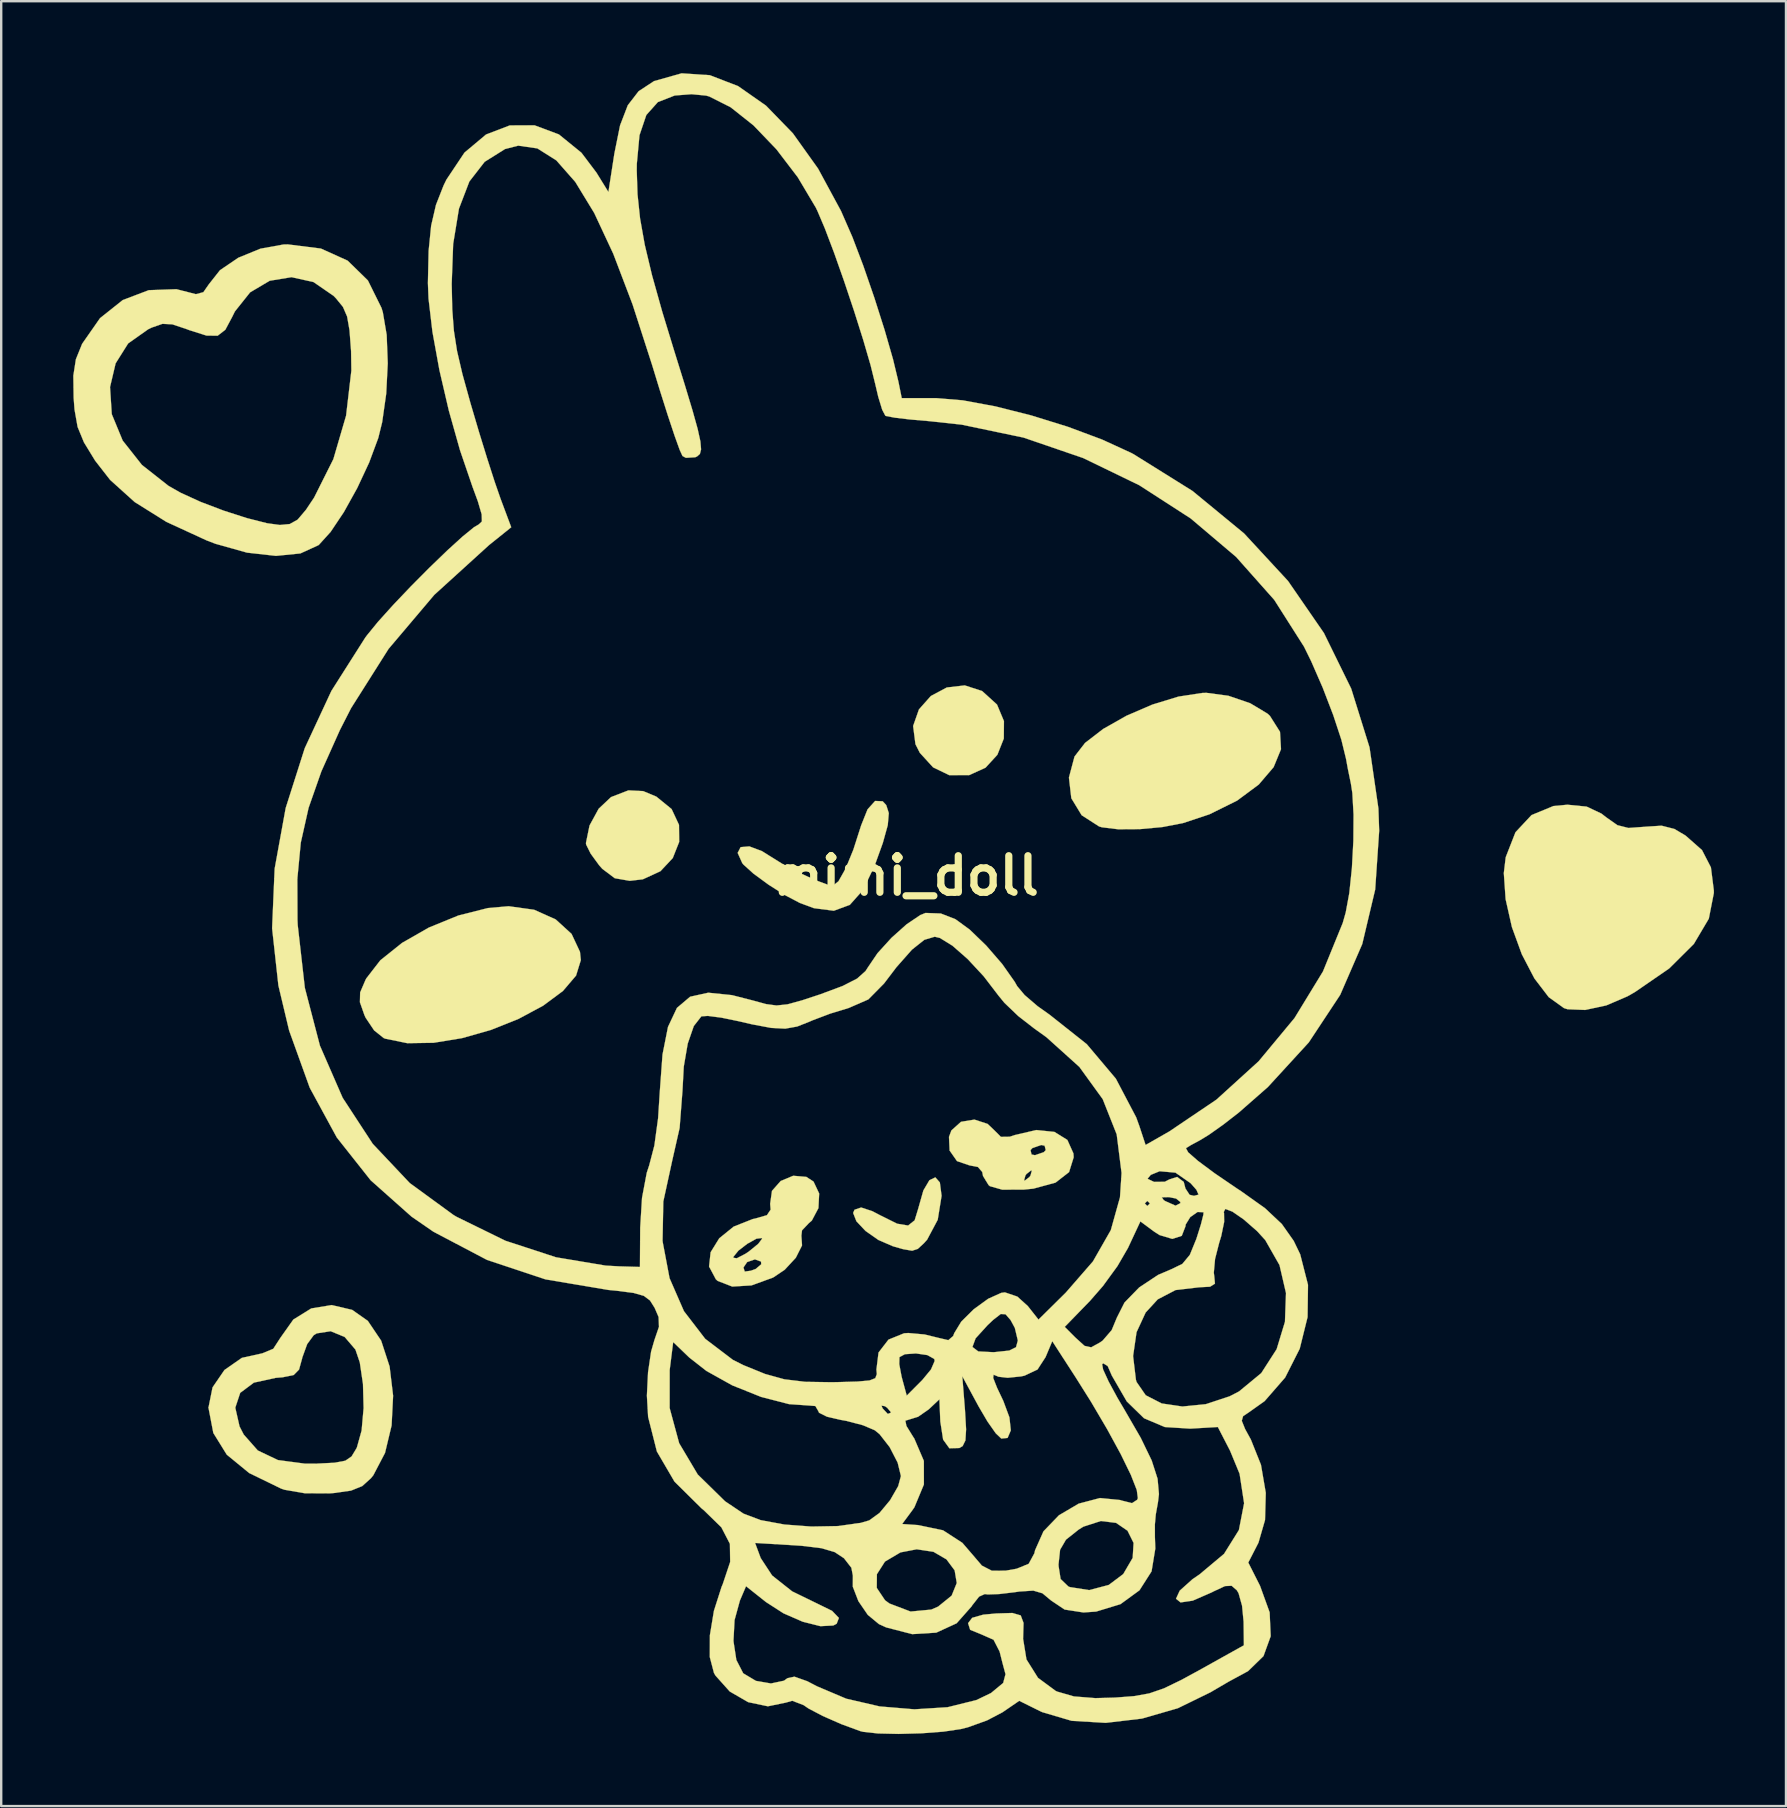
<source format=kicad_pcb>
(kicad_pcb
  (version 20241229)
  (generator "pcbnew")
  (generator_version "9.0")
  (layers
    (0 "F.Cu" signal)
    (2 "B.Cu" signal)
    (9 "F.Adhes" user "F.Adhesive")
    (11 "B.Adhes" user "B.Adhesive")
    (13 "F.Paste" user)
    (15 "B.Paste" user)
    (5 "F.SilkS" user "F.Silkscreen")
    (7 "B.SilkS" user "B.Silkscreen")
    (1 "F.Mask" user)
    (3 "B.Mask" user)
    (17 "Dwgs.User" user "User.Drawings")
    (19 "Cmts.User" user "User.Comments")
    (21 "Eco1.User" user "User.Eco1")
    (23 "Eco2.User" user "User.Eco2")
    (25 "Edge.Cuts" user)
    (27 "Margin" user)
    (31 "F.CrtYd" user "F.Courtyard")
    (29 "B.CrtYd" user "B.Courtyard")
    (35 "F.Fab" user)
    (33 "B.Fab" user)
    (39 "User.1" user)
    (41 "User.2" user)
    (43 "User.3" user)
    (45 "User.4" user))
  (footprint "mimi_doll"
    (layer "F.Cu")
    (at 34.695 33.434)
    (property "Reference" "mimi_doll" (at 0 0 0) (layer "F.SilkS") (effects (font (size 1.524 1.524) (thickness 0.3))))
    (attr through_hole)
    (fp_poly (pts (xy 3.171 -7.695) (xy 3.791 -7.132) (xy 4.08 -6.442) (xy 4.074 -5.715) (xy 3.806 -5.039) (xy 3.312 -4.501) (xy 2.626 -4.19) (xy 1.799 -4.191) (xy 1.128 -4.516) (xy 0.576 -5.12) (xy 0.393 -5.481) (xy 0.296 -6.239) (xy 0.539 -6.93) (xy 1.034 -7.488) (xy 1.699 -7.843) (xy 2.448 -7.93) (xy 3.171 -7.695)) (stroke (width 0.01) (type solid)) (fill yes) (layer "F.SilkS"))
    (fp_poly (pts (xy -10.95 -3.526) (xy -10.402 -3.297) (xy -9.765 -2.778) (xy -9.457 -2.12) (xy -9.45 -1.41) (xy -9.717 -0.737) (xy -10.231 -0.189) (xy -10.963 0.148) (xy -11.51 0.212) (xy -12.134 0.103) (xy -12.652 -0.287) (xy -12.787 -0.44) (xy -13.137 -0.919) (xy -13.325 -1.297) (xy -13.335 -1.36) (xy -13.185 -2.093) (xy -12.804 -2.792) (xy -12.298 -3.269) (xy -12.264 -3.287) (xy -11.564 -3.557) (xy -10.95 -3.526)) (stroke (width 0.01) (type solid)) (fill yes) (layer "F.SilkS"))
    (fp_poly (pts (xy 1.41 12.778) (xy 1.482 13.334) (xy 1.321 14.332) (xy 0.879 15.162) (xy 0.743 15.313) (xy 0.49 15.546) (xy 0.255 15.622) (xy -0.12 15.557) (xy -0.548 15.435) (xy -1.149 15.175) (xy -1.685 14.8) (xy -2.066 14.396) (xy -2.203 14.048) (xy -2.146 13.915) (xy -1.869 13.821) (xy -1.402 13.975) (xy -1.085 14.141) (xy -0.37 14.496) (xy 0.087 14.572) (xy 0.36 14.355) (xy 0.521 13.829) (xy 0.525 13.811) (xy 0.724 13.109) (xy 0.975 12.684) (xy 1.222 12.565) (xy 1.41 12.778)) (stroke (width 0.01) (type solid)) (fill yes) (layer "F.SilkS"))
    (fp_poly (pts (xy 13.429 -7.498) (xy 14.34 -7.186) (xy 15.059 -6.754) (xy 15.161 -6.66) (xy 15.581 -5.996) (xy 15.622 -5.271) (xy 15.316 -4.526) (xy 14.695 -3.799) (xy 13.793 -3.13) (xy 12.64 -2.559) (xy 11.536 -2.193) (xy 10.685 -2.029) (xy 9.733 -1.941) (xy 8.84 -1.936) (xy 8.161 -2.019) (xy 8.043 -2.054) (xy 7.317 -2.521) (xy 6.887 -3.228) (xy 6.787 -4.09) (xy 7.02 -4.967) (xy 7.459 -5.534) (xy 8.214 -6.116) (xy 9.183 -6.665) (xy 10.262 -7.13) (xy 11.35 -7.463) (xy 12.345 -7.615) (xy 12.519 -7.619) (xy 13.429 -7.498)) (stroke (width 0.01) (type solid)) (fill yes) (layer "F.SilkS"))
    (fp_poly (pts (xy -15.493 1.417) (xy -14.594 1.82) (xy -13.933 2.423) (xy -13.583 3.171) (xy -13.547 3.515) (xy -13.746 4.159) (xy -14.293 4.801) (xy -15.116 5.412) (xy -16.14 5.962) (xy -17.291 6.423) (xy -18.496 6.765) (xy -19.682 6.959) (xy -20.773 6.976) (xy -21.697 6.787) (xy -21.758 6.763) (xy -22.157 6.445) (xy -22.514 5.913) (xy -22.563 5.805) (xy -22.751 5.269) (xy -22.741 4.86) (xy -22.521 4.347) (xy -22.485 4.277) (xy -21.9 3.522) (xy -20.996 2.798) (xy -19.879 2.159) (xy -18.651 1.657) (xy -17.419 1.346) (xy -16.554 1.27) (xy -15.493 1.417)) (stroke (width 0.01) (type solid)) (fill yes) (layer "F.SilkS"))
    (fp_poly (pts (xy -0.971 -3.102) (xy -0.823 -2.941) (xy -0.717 -2.61) (xy -0.76 -2.109) (xy -0.966 -1.366) (xy -1.306 -0.423) (xy -1.79 0.594) (xy -2.341 1.213) (xy -3.007 1.458) (xy -3.837 1.351) (xy -4.424 1.133) (xy -5.036 0.812) (xy -5.727 0.372) (xy -6.354 -0.087) (xy -6.776 -0.469) (xy -6.823 -0.528) (xy -7.014 -0.953) (xy -6.89 -1.192) (xy -6.527 -1.223) (xy -5.999 -1.025) (xy -5.71 -0.843) (xy -5.157 -0.499) (xy -4.47 -0.137) (xy -3.787 0.178) (xy -3.246 0.379) (xy -3.048 0.419) (xy -2.813 0.229) (xy -2.516 -0.298) (xy -2.194 -1.086) (xy -1.881 -2.062) (xy -1.874 -2.086) (xy -1.602 -2.766) (xy -1.287 -3.116) (xy -0.971 -3.102)) (stroke (width 0.01) (type solid)) (fill yes) (layer "F.SilkS"))
    (fp_poly (pts (xy 28.356 -2.88) (xy 28.972 -2.589) (xy 29.17 -2.435) (xy 29.637 -2.106) (xy 30.098 -1.99) (xy 30.757 -2.038) (xy 30.772 -2.04) (xy 31.477 -2.085) (xy 32.012 -1.949) (xy 32.477 -1.673) (xy 33.162 -1.068) (xy 33.533 -0.349) (xy 33.654 0.613) (xy 33.655 0.719) (xy 33.445 1.789) (xy 32.822 2.841) (xy 31.796 3.861) (xy 30.377 4.839) (xy 30.057 5.023) (xy 29.174 5.402) (xy 28.293 5.591) (xy 27.561 5.562) (xy 27.411 5.514) (xy 26.777 5.059) (xy 26.179 4.278) (xy 25.655 3.272) (xy 25.242 2.14) (xy 24.98 0.979) (xy 24.905 -0.11) (xy 24.984 -0.772) (xy 25.391 -1.813) (xy 26.06 -2.528) (xy 26.971 -2.904) (xy 27.553 -2.959) (xy 28.356 -2.88)) (stroke (width 0.01) (type solid)) (fill yes) (layer "F.SilkS"))
    (fp_poly (pts (xy 3.399 10.338) (xy 3.663 10.589) (xy 3.953 10.878) (xy 4.323 10.873) (xy 4.536 10.801) (xy 5.43 10.594) (xy 6.183 10.672) (xy 6.722 11.006) (xy 6.975 11.569) (xy 6.985 11.73) (xy 6.793 12.346) (xy 6.229 12.785) (xy 5.308 13.035) (xy 4.913 13.075) (xy 4.007 13.078) (xy 3.493 12.932) (xy 3.44 12.887) (xy 3.317 12.686) (xy 4.92 12.686) (xy 4.949 12.7) (xy 5.142 12.551) (xy 5.186 12.488) (xy 5.24 12.29) (xy 5.211 12.277) (xy 5.018 12.426) (xy 4.974 12.488) (xy 4.92 12.686) (xy 3.317 12.686) (xy 3.208 12.508) (xy 3.175 12.34) (xy 2.994 12.133) (xy 2.641 12.065) (xy 2.124 11.888) (xy 1.816 11.447) (xy 1.816 11.43) (xy 5.186 11.43) (xy 5.231 11.613) (xy 5.373 11.642) (xy 5.738 11.517) (xy 5.821 11.43) (xy 5.775 11.247) (xy 5.634 11.218) (xy 5.268 11.343) (xy 5.186 11.43) (xy 1.816 11.43) (xy 1.79 10.878) (xy 1.891 10.61) (xy 2.291 10.251) (xy 2.85 10.159) (xy 3.399 10.338)) (stroke (width 0.01) (type solid)) (fill yes) (layer "F.SilkS"))
    (fp_poly (pts (xy -4.152 12.546) (xy -3.852 12.742) (xy -3.618 13.239) (xy -3.649 13.847) (xy -3.923 14.365) (xy -4.045 14.47) (xy -4.333 14.774) (xy -4.359 14.996) (xy -4.332 15.402) (xy -4.59 15.914) (xy -5.055 16.416) (xy -5.537 16.739) (xy -6.436 17.066) (xy -7.239 17.115) (xy -7.846 16.88) (xy -7.922 16.812) (xy -8.183 16.321) (xy -6.773 16.321) (xy -6.718 16.49) (xy -6.465 16.455) (xy -6.263 16.382) (xy -6.032 16.187) (xy -6.04 16.074) (xy -6.293 15.982) (xy -6.618 16.094) (xy -6.773 16.321) (xy -8.183 16.321) (xy -8.205 16.281) (xy -8.165 15.914) (xy -7.197 15.914) (xy -7.049 15.936) (xy -6.681 15.744) (xy -6.549 15.655) (xy -6.158 15.336) (xy -5.995 15.121) (xy -6.002 15.094) (xy -6.231 15.12) (xy -6.61 15.331) (xy -6.981 15.617) (xy -7.189 15.873) (xy -7.197 15.914) (xy -8.165 15.914) (xy -8.14 15.685) (xy -7.781 15.104) (xy -7.18 14.617) (xy -6.386 14.303) (xy -6.271 14.278) (xy -5.795 14.141) (xy -5.64 13.91) (xy -5.66 13.668) (xy -5.584 13.128) (xy -5.22 12.716) (xy -4.699 12.499) (xy -4.152 12.546)) (stroke (width 0.01) (type solid)) (fill yes) (layer "F.SilkS"))
    (fp_poly (pts (xy -23.074 18.086) (xy -22.421 18.544) (xy -21.866 19.368) (xy -21.514 20.446) (xy -21.368 21.664) (xy -21.431 22.902) (xy -21.705 24.045) (xy -22.192 24.976) (xy -22.29 25.098) (xy -22.654 25.427) (xy -23.122 25.616) (xy -23.838 25.717) (xy -24.027 25.731) (xy -25.048 25.726) (xy -25.893 25.58) (xy -26.035 25.531) (xy -27.364 24.884) (xy -28.298 24.118) (xy -28.858 23.214) (xy -29.06 22.161) (xy -27.943 22.161) (xy -27.766 22.941) (xy -27.591 23.28) (xy -27.005 23.944) (xy -26.167 24.343) (xy -25.03 24.494) (xy -24.555 24.492) (xy -23.805 24.454) (xy -23.359 24.37) (xy -23.099 24.192) (xy -22.904 23.871) (xy -22.875 23.812) (xy -22.68 23.113) (xy -22.597 22.177) (xy -22.623 21.173) (xy -22.756 20.273) (xy -22.938 19.739) (xy -23.386 19.215) (xy -23.969 18.975) (xy -24.55 19.065) (xy -24.677 19.143) (xy -24.947 19.51) (xy -25.151 20.071) (xy -25.161 20.119) (xy -25.287 20.574) (xy -25.509 20.799) (xy -25.963 20.893) (xy -26.254 20.917) (xy -27.169 21.117) (xy -27.738 21.543) (xy -27.943 22.161) (xy -29.06 22.161) (xy -29.06 22.16) (xy -28.89 21.315) (xy -28.394 20.59) (xy -27.669 20.085) (xy -26.818 19.897) (xy -26.36 19.707) (xy -26.065 19.252) (xy -25.525 18.489) (xy -24.778 18.026) (xy -23.927 17.886) (xy -23.074 18.086)) (stroke (width 0.01) (type solid)) (fill yes) (layer "F.SilkS"))
    (fp_poly (pts (xy -24.377 -26.129) (xy -23.263 -25.626) (xy -22.418 -24.8) (xy -21.852 -23.657) (xy -21.796 -23.475) (xy -21.636 -22.535) (xy -21.591 -21.35) (xy -21.655 -20.084) (xy -21.823 -18.898) (xy -21.986 -18.238) (xy -22.366 -17.215) (xy -22.864 -16.149) (xy -23.42 -15.149) (xy -23.971 -14.326) (xy -24.456 -13.79) (xy -24.479 -13.771) (xy -25.23 -13.428) (xy -26.248 -13.326) (xy -27.455 -13.461) (xy -28.773 -13.831) (xy -29.136 -13.97) (xy -30.815 -14.743) (xy -32.133 -15.568) (xy -33.157 -16.491) (xy -33.781 -17.292) (xy -34.248 -18.056) (xy -34.512 -18.698) (xy -34.64 -19.421) (xy -34.677 -19.915) (xy -34.683 -20.36) (xy -33.161 -20.36) (xy -33.089 -19.231) (xy -32.634 -18.129) (xy -31.833 -17.115) (xy -30.725 -16.243) (xy -30.222 -15.957) (xy -29.392 -15.577) (xy -28.425 -15.21) (xy -27.456 -14.898) (xy -26.617 -14.685) (xy -26.085 -14.613) (xy -25.675 -14.652) (xy -25.348 -14.834) (xy -25 -15.244) (xy -24.66 -15.753) (xy -23.857 -17.356) (xy -23.327 -19.167) (xy -23.107 -21.042) (xy -23.119 -21.86) (xy -23.184 -22.727) (xy -23.284 -23.298) (xy -23.458 -23.699) (xy -23.749 -24.056) (xy -23.851 -24.16) (xy -24.685 -24.734) (xy -25.6 -24.937) (xy -26.509 -24.788) (xy -27.325 -24.305) (xy -27.96 -23.508) (xy -28.076 -23.273) (xy -28.358 -22.745) (xy -28.678 -22.498) (xy -29.144 -22.504) (xy -29.866 -22.733) (xy -29.975 -22.775) (xy -30.564 -22.972) (xy -30.977 -22.993) (xy -31.422 -22.838) (xy -31.569 -22.768) (xy -32.405 -22.178) (xy -32.928 -21.347) (xy -33.161 -20.36) (xy -34.683 -20.36) (xy -34.69 -20.833) (xy -34.583 -21.518) (xy -34.327 -22.152) (xy -34.321 -22.164) (xy -33.578 -23.229) (xy -32.632 -23.983) (xy -31.548 -24.395) (xy -30.395 -24.436) (xy -29.585 -24.229) (xy -29.273 -24.311) (xy -29.048 -24.635) (xy -28.581 -25.227) (xy -27.82 -25.745) (xy -26.895 -26.124) (xy -25.934 -26.298) (xy -25.753 -26.302) (xy -24.377 -26.129)) (stroke (width 0.01) (type solid)) (fill yes) (layer "F.SilkS"))
    (fp_poly (pts (xy -8.176 -33.352) (xy -6.996 -32.897) (xy -5.833 -32.083) (xy -4.714 -30.931) (xy -3.664 -29.461) (xy -2.708 -27.694) (xy -2.233 -26.606) (xy -1.779 -25.41) (xy -1.318 -24.075) (xy -0.891 -22.733) (xy -0.542 -21.519) (xy -0.317 -20.585) (xy -0.178 -19.897) (xy 1.27 -19.897) (xy 2.368 -19.805) (xy 3.724 -19.554) (xy 5.221 -19.176) (xy 6.742 -18.704) (xy 8.168 -18.172) (xy 9.382 -17.615) (xy 9.483 -17.561) (xy 11.933 -16.032) (xy 14.083 -14.262) (xy 15.915 -12.28) (xy 17.409 -10.114) (xy 18.547 -7.794) (xy 19.31 -5.349) (xy 19.68 -2.806) (xy 19.712 -1.874) (xy 19.546 0.573) (xy 19.007 2.845) (xy 18.088 4.963) (xy 16.779 6.944) (xy 15.071 8.807) (xy 13.864 9.865) (xy 13.217 10.368) (xy 12.619 10.791) (xy 12.277 11.001) (xy 11.862 11.226) (xy 11.662 11.35) (xy 11.756 11.524) (xy 12.167 11.882) (xy 12.851 12.39) (xy 13.765 13.014) (xy 13.959 13.141) (xy 14.957 13.851) (xy 15.656 14.508) (xy 16.152 15.212) (xy 16.422 15.772) (xy 16.747 17.043) (xy 16.729 18.386) (xy 16.402 19.705) (xy 15.795 20.905) (xy 14.94 21.887) (xy 14.281 22.355) (xy 14.042 22.515) (xy 13.988 22.707) (xy 14.127 23.051) (xy 14.367 23.489) (xy 14.788 24.541) (xy 14.988 25.707) (xy 14.957 26.839) (xy 14.683 27.786) (xy 14.669 27.813) (xy 14.259 28.613) (xy 14.749 29.583) (xy 15.149 30.688) (xy 15.193 31.681) (xy 14.892 32.511) (xy 14.254 33.132) (xy 14.073 33.233) (xy 13.456 33.566) (xy 12.779 33.961) (xy 12.7 34.009) (xy 11.326 34.681) (xy 9.83 35.113) (xy 8.32 35.291) (xy 6.899 35.206) (xy 5.673 34.844) (xy 5.581 34.801) (xy 4.717 34.373) (xy 4.021 34.85) (xy 3.374 35.189) (xy 2.576 35.476) (xy 2.287 35.549) (xy 1.557 35.657) (xy 0.645 35.726) (xy -0.309 35.752) (xy -1.166 35.733) (xy -1.785 35.665) (xy -1.905 35.635) (xy -2.696 35.344) (xy -3.466 35.006) (xy -4.066 34.69) (xy -4.269 34.551) (xy -4.74 34.371) (xy -5.009 34.448) (xy -5.755 34.601) (xy -6.575 34.429) (xy -7.343 33.985) (xy -7.938 33.321) (xy -8.001 33.211) (xy -8.175 32.549) (xy -8.172 31.884) (xy -7.189 31.884) (xy -7.068 32.671) (xy -6.786 33.219) (xy -6.773 33.232) (xy -6.253 33.542) (xy -5.627 33.65) (xy -5.084 33.535) (xy -4.941 33.431) (xy -4.648 33.367) (xy -4.113 33.557) (xy -3.716 33.765) (xy -2.489 34.285) (xy -1.096 34.607) (xy 0.349 34.727) (xy 1.73 34.64) (xy 2.934 34.341) (xy 3.542 34.048) (xy 4.048 33.629) (xy 4.145 33.263) (xy 4.019 32.796) (xy 3.9 32.322) (xy 3.647 31.829) (xy 3.139 31.605) (xy 2.672 31.414) (xy 2.585 31.139) (xy 2.757 30.915) (xy 3.218 30.784) (xy 3.759 30.734) (xy 4.432 30.714) (xy 4.779 30.815) (xy 4.896 31.128) (xy 4.879 31.744) (xy 4.877 31.786) (xy 5.018 32.649) (xy 5.499 33.416) (xy 6.237 33.961) (xy 6.302 33.99) (xy 6.994 34.19) (xy 7.886 34.261) (xy 8.708 34.239) (xy 9.502 34.178) (xy 10.135 34.064) (xy 10.746 33.854) (xy 11.473 33.502) (xy 12.2 33.106) (xy 14.076 32.06) (xy 14.064 31.076) (xy 14 30.411) (xy 13.855 29.892) (xy 13.781 29.766) (xy 13.565 29.58) (xy 13.289 29.593) (xy 12.812 29.815) (xy 12.738 29.854) (xy 11.945 30.2) (xy 11.439 30.274) (xy 11.248 30.121) (xy 11.403 29.784) (xy 11.933 29.308) (xy 12.231 29.104) (xy 13.249 28.251) (xy 13.868 27.259) (xy 14.085 26.142) (xy 13.897 24.915) (xy 13.5 23.953) (xy 12.991 22.966) (xy 11.84 23.034) (xy 10.781 22.967) (xy 9.916 22.601) (xy 9.197 21.9) (xy 8.575 20.824) (xy 8.401 20.426) (xy 8.221 20.315) (xy 8.17 20.346) (xy 8.211 20.57) (xy 8.439 21.068) (xy 8.81 21.753) (xy 9.083 22.215) (xy 9.779 23.418) (xy 10.236 24.363) (xy 10.48 25.12) (xy 10.537 25.761) (xy 10.496 26.104) (xy 10.406 26.606) (xy 10.368 27.023) (xy 10.369 27.548) (xy 10.386 28.03) (xy 10.23 28.979) (xy 9.726 29.769) (xy 8.935 30.346) (xy 7.921 30.655) (xy 7.392 30.692) (xy 6.608 30.571) (xy 6.044 30.193) (xy 5.685 29.894) (xy 5.304 29.782) (xy 4.73 29.819) (xy 4.521 29.849) (xy 3.88 29.925) (xy 3.407 29.942) (xy 3.283 29.925) (xy 3.044 30.032) (xy 2.753 30.402) (xy 2.731 30.44) (xy 2.109 31.143) (xy 1.26 31.533) (xy 0.258 31.595) (xy -0.825 31.315) (xy -1.128 31.177) (xy -1.593 30.792) (xy -1.984 30.221) (xy -2.197 29.669) (xy -1.219 29.669) (xy -0.873 30.185) (xy -0.688 30.32) (xy 0.19 30.654) (xy 1.051 30.572) (xy 1.337 30.448) (xy 1.9 29.992) (xy 2.114 29.465) (xy 2.026 28.938) (xy 1.686 28.481) (xy 1.143 28.165) (xy 0.446 28.06) (xy -0.231 28.19) (xy -0.877 28.572) (xy -1.213 29.098) (xy -1.219 29.669) (xy -2.197 29.669) (xy -2.217 29.619) (xy -2.214 29.159) (xy -2.277 28.828) (xy -2.584 28.434) (xy -2.587 28.431) (xy -2.971 28.177) (xy -3.52 28.015) (xy -4.347 27.915) (xy -4.678 27.893) (xy -6.288 27.796) (xy -6.054 28.425) (xy -5.577 29.153) (xy -4.743 29.813) (xy -3.713 30.315) (xy -3.079 30.626) (xy -2.796 30.92) (xy -2.89 31.163) (xy -3.029 31.235) (xy -3.566 31.263) (xy -4.303 31.078) (xy -5.104 30.728) (xy -5.834 30.258) (xy -5.844 30.25) (xy -6.665 29.598) (xy -6.921 30.198) (xy -7.143 31.009) (xy -7.189 31.884) (xy -8.172 31.884) (xy -8.171 31.642) (xy -8.003 30.624) (xy -7.684 29.626) (xy -7.634 29.509) (xy -7.326 28.588) (xy -7.337 27.832) (xy -7.693 27.145) (xy -8.423 26.433) (xy -8.522 26.352) (xy -9.646 25.24) (xy -10.379 23.986) (xy -10.744 22.545) (xy -10.765 22.178) (xy -9.847 22.178) (xy -9.451 23.64) (xy -8.676 24.945) (xy -7.538 26.06) (xy -6.773 26.574) (xy -6.055 26.846) (xy -5.064 27.029) (xy -3.944 27.113) (xy -2.836 27.093) (xy -2.222 27.007) (xy -0.161 27.007) (xy 0.502 27.052) (xy 1.542 27.269) (xy 2.348 27.792) (xy 2.752 28.261) (xy 3.162 28.741) (xy 3.576 28.954) (xy 4.148 28.951) (xy 4.608 28.87) (xy 4.928 28.741) (xy 6.353 28.741) (xy 6.441 29.299) (xy 6.759 29.605) (xy 6.826 29.635) (xy 7.631 29.761) (xy 8.446 29.546) (xy 9.049 29.093) (xy 9.443 28.419) (xy 9.481 27.795) (xy 9.229 27.287) (xy 8.752 26.96) (xy 8.117 26.882) (xy 7.39 27.117) (xy 7.191 27.24) (xy 6.664 27.659) (xy 6.419 28.08) (xy 6.354 28.683) (xy 6.353 28.741) (xy 4.928 28.741) (xy 5.109 28.667) (xy 5.347 28.229) (xy 5.376 28.101) (xy 5.726 27.313) (xy 6.37 26.644) (xy 7.193 26.159) (xy 8.081 25.925) (xy 8.92 26.008) (xy 8.977 26.028) (xy 9.416 26.137) (xy 9.629 25.999) (xy 9.659 25.931) (xy 9.614 25.59) (xy 9.366 24.957) (xy 8.945 24.094) (xy 8.382 23.061) (xy 7.71 21.919) (xy 7.069 20.899) (xy 6.494 20.01) (xy 9.46 20.01) (xy 9.577 20.994) (xy 9.606 21.091) (xy 9.986 21.642) (xy 10.652 21.985) (xy 11.515 22.112) (xy 12.488 22.015) (xy 13.484 21.686) (xy 13.875 21.483) (xy 14.799 20.721) (xy 15.44 19.725) (xy 15.787 18.583) (xy 15.83 17.385) (xy 15.56 16.221) (xy 14.966 15.178) (xy 14.624 14.803) (xy 14.062 14.313) (xy 13.598 13.993) (xy 13.3 13.881) (xy 13.236 14.013) (xy 13.249 14.051) (xy 13.254 14.422) (xy 13.133 15.009) (xy 13.045 15.297) (xy 12.875 15.964) (xy 12.823 16.535) (xy 12.843 16.693) (xy 12.87 16.995) (xy 12.668 17.121) (xy 12.209 17.145) (xy 11.228 17.261) (xy 10.487 17.648) (xy 9.982 18.198) (xy 9.604 19.015) (xy 9.46 20.01) (xy 6.494 20.01) (xy 6.093 19.39) (xy 5.814 20.054) (xy 5.477 20.572) (xy 4.936 20.827) (xy 4.792 20.858) (xy 4.234 20.915) (xy 3.85 20.871) (xy 3.824 20.858) (xy 3.647 20.786) (xy 3.632 20.923) (xy 3.792 21.329) (xy 4.053 21.879) (xy 4.308 22.565) (xy 4.366 23.106) (xy 4.232 23.421) (xy 3.969 23.447) (xy 3.74 23.229) (xy 3.396 22.74) (xy 3.024 22.106) (xy 2.344 20.849) (xy 2.458 22.279) (xy 2.503 23.063) (xy 2.475 23.524) (xy 2.359 23.761) (xy 2.224 23.841) (xy 1.807 23.852) (xy 1.546 23.49) (xy 1.43 22.743) (xy 1.427 22.686) (xy 1.392 21.812) (xy 0.947 22.23) (xy 0.503 22.539) (xy 0.151 22.648) (xy -0.027 22.703) (xy 0.017 22.921) (xy 0.302 23.383) (xy 0.343 23.442) (xy 0.743 24.376) (xy 0.745 25.36) (xy 0.35 26.309) (xy 0.253 26.448) (xy -0.161 27.007) (xy -2.222 27.007) (xy -1.885 26.96) (xy -1.535 26.857) (xy -1.106 26.548) (xy -0.663 26.016) (xy -0.326 25.43) (xy -0.212 25.009) (xy -0.348 24.451) (xy -0.682 23.803) (xy -1.102 23.264) (xy -1.303 23.1) (xy -1.794 22.892) (xy -2.479 22.712) (xy -2.731 22.667) (xy -3.295 22.536) (xy -3.623 22.371) (xy -3.66 22.291) (xy -3.777 22.092) (xy -3.871 22.082) (xy -3.993 22.074) (xy -1.024 22.074) (xy -0.973 22.192) (xy -0.76 22.42) (xy -0.637 22.373) (xy -0.635 22.343) (xy -0.785 22.164) (xy -0.879 22.099) (xy -1.024 22.074) (xy -3.993 22.074) (xy -4.872 22.013) (xy -6.04 21.711) (xy -7.236 21.232) (xy -8.315 20.63) (xy -9.031 20.07) (xy -9.7 19.426) (xy -9.846 20.592) (xy -9.847 22.178) (xy -10.765 22.178) (xy -10.795 21.66) (xy -10.747 20.684) (xy -10.62 19.824) (xy -10.481 19.343) (xy -10.292 18.791) (xy -10.308 18.383) (xy -10.473 18) (xy -10.665 17.695) (xy -10.922 17.502) (xy -11.35 17.38) (xy -12.057 17.289) (xy -12.4 17.256) (xy -15.02 16.815) (xy -17.457 16.004) (xy -19.687 14.831) (xy -20.6 14.201) (xy -22.302 12.688) (xy -23.713 10.905) (xy -24.841 8.832) (xy -25.699 6.451) (xy -26.147 4.572) (xy -26.409 2.189) (xy -26.321 0.128) (xy -25.358 0.128) (xy -25.352 1.829) (xy -25.342 2.054) (xy -25.045 4.671) (xy -24.417 7.078) (xy -23.47 9.251) (xy -22.218 11.167) (xy -20.674 12.803) (xy -18.85 14.134) (xy -18.723 14.209) (xy -16.689 15.206) (xy -14.582 15.895) (xy -12.511 16.242) (xy -11.945 16.273) (xy -11.085 16.298) (xy -11.078 15.225) (xy -10.143 15.225) (xy -9.851 16.766) (xy -9.252 18.139) (xy -8.367 19.291) (xy -7.213 20.168) (xy -6.773 20.389) (xy -5.869 20.757) (xy -5.066 20.979) (xy -4.202 21.083) (xy -3.114 21.1) (xy -2.857 21.096) (xy -2.019 21.072) (xy -1.52 21.027) (xy -1.28 20.932) (xy -1.216 20.763) (xy -1.233 20.571) (xy -1.205 20.348) (xy -0.282 20.348) (xy -0.186 20.857) (xy -0.166 20.936) (xy 0.03 21.658) (xy 0.676 21.011) (xy 1.041 20.568) (xy 1.193 20.216) (xy 1.178 20.131) (xy 0.89 19.97) (xy 0.413 19.901) (xy -0.047 19.933) (xy -0.274 20.055) (xy -0.282 20.348) (xy -1.205 20.348) (xy -1.145 19.863) (xy -0.966 19.631) (xy 2.767 19.631) (xy 3.011 19.817) (xy 3.637 19.849) (xy 3.704 19.845) (xy 4.302 19.781) (xy 4.583 19.641) (xy 4.656 19.371) (xy 4.657 19.355) (xy 4.533 18.835) (xy 4.511 18.795) (xy 6.612 18.795) (xy 7.057 19.24) (xy 7.437 19.585) (xy 7.714 19.646) (xy 8.079 19.445) (xy 8.191 19.367) (xy 8.568 18.93) (xy 8.785 18.409) (xy 9.102 17.781) (xy 9.713 17.153) (xy 10.503 16.628) (xy 11.057 16.391) (xy 11.513 16.17) (xy 11.824 15.794) (xy 12.094 15.133) (xy 12.099 15.119) (xy 12.287 14.522) (xy 12.389 14.117) (xy 12.394 14.018) (xy 12.146 14.008) (xy 11.841 14.222) (xy 11.651 14.53) (xy 11.642 14.605) (xy 11.488 15.002) (xy 11.095 15.129) (xy 10.563 14.97) (xy 10.344 14.83) (xy 9.764 14.401) (xy 9.246 15.508) (xy 8.811 16.259) (xy 8.205 17.091) (xy 7.67 17.705) (xy 6.612 18.795) (xy 4.511 18.795) (xy 4.355 18.508) (xy 4.147 18.269) (xy 3.947 18.258) (xy 3.63 18.504) (xy 3.402 18.719) (xy 2.899 19.272) (xy 2.767 19.631) (xy -0.966 19.631) (xy -0.73 19.325) (xy -0.08 19.061) (xy 0.097 19.05) (xy 0.775 19.111) (xy 1.351 19.252) (xy 1.762 19.348) (xy 1.964 19.176) (xy 2.01 19.054) (xy 2.303 18.574) (xy 2.822 18.06) (xy 3.424 17.623) (xy 3.969 17.377) (xy 4.12 17.357) (xy 4.637 17.532) (xy 5.072 17.924) (xy 5.519 18.491) (xy 6.652 17.372) (xy 7.787 16.068) (xy 8.532 14.764) (xy 8.843 13.652) (xy 9.948 13.652) (xy 10.054 13.758) (xy 10.16 13.652) (xy 10.054 13.547) (xy 9.948 13.652) (xy 8.843 13.652) (xy 8.914 13.399) (xy 8.914 13.396) (xy 10.654 13.396) (xy 10.735 13.512) (xy 10.798 13.553) (xy 11.228 13.744) (xy 11.424 13.645) (xy 11.43 13.592) (xy 11.25 13.448) (xy 10.956 13.389) (xy 10.654 13.396) (xy 8.914 13.396) (xy 8.965 12.625) (xy 10.062 12.625) (xy 10.32 12.748) (xy 10.336 12.752) (xy 10.777 12.751) (xy 10.97 12.652) (xy 11.294 12.547) (xy 11.569 12.753) (xy 11.642 13.03) (xy 11.814 13.291) (xy 11.996 13.335) (xy 12.187 13.285) (xy 12.099 13.084) (xy 11.853 12.806) (xy 11.225 12.369) (xy 10.566 12.31) (xy 10.195 12.462) (xy 10.062 12.625) (xy 8.965 12.625) (xy 8.98 12.383) (xy 8.777 10.774) (xy 8.195 9.307) (xy 7.222 7.964) (xy 5.849 6.727) (xy 5.339 6.361) (xy 4.677 5.847) (xy 4.098 5.293) (xy 3.854 4.995) (xy 3.239 4.192) (xy 2.572 3.474) (xy 1.935 2.915) (xy 1.409 2.591) (xy 1.196 2.54) (xy 0.763 2.669) (xy 0.245 3.081) (xy -0.399 3.81) (xy -0.917 4.491) (xy -1.571 5.153) (xy -2.387 5.509) (xy -3.155 5.743) (xy -3.895 6.023) (xy -4.004 6.071) (xy -4.533 6.281) (xy -5.03 6.37) (xy -5.619 6.339) (xy -6.424 6.188) (xy -6.969 6.061) (xy -7.692 5.912) (xy -8.255 5.839) (xy -8.525 5.857) (xy -8.841 6.261) (xy -9.094 6.992) (xy -9.259 7.952) (xy -9.313 8.961) (xy -9.432 10.507) (xy -9.737 11.853) (xy -10.111 13.57) (xy -10.143 15.225) (xy -11.078 15.225) (xy -11.074 14.658) (xy -10.998 13.418) (xy -10.801 12.375) (xy -10.699 12.065) (xy -10.484 11.241) (xy -10.328 10.1) (xy -10.256 8.98) (xy -10.144 7.446) (xy -9.916 6.297) (xy -9.543 5.505) (xy -8.994 5.04) (xy -8.24 4.873) (xy -7.251 4.974) (xy -6.387 5.195) (xy -5.832 5.347) (xy -5.394 5.405) (xy -4.938 5.357) (xy -4.333 5.191) (xy -3.581 4.943) (xy -2.643 4.594) (xy -2.038 4.285) (xy -1.686 3.97) (xy -1.592 3.823) (xy -1.186 3.225) (xy -0.606 2.587) (xy 0.028 2.02) (xy 0.598 1.636) (xy 0.814 1.55) (xy 1.45 1.573) (xy 2.058 1.81) (xy 2.65 2.241) (xy 3.339 2.906) (xy 4.005 3.675) (xy 4.528 4.418) (xy 4.632 4.601) (xy 4.94 4.969) (xy 5.482 5.434) (xy 5.986 5.792) (xy 7.531 7.017) (xy 8.743 8.455) (xy 9.59 10.067) (xy 9.725 10.441) (xy 9.981 11.217) (xy 10.97 10.652) (xy 12.934 9.326) (xy 14.689 7.731) (xy 16.184 5.931) (xy 17.37 3.989) (xy 18.194 1.968) (xy 18.318 1.533) (xy 18.467 0.727) (xy 18.576 -0.316) (xy 18.637 -1.454) (xy 18.645 -2.544) (xy 18.595 -3.443) (xy 18.535 -3.833) (xy 18.404 -4.47) (xy 18.332 -4.868) (xy 18.138 -5.663) (xy 17.797 -6.697) (xy 17.36 -7.835) (xy 16.877 -8.942) (xy 16.581 -9.544) (xy 15.342 -11.492) (xy 13.751 -13.283) (xy 11.859 -14.886) (xy 9.718 -16.269) (xy 7.38 -17.402) (xy 4.895 -18.254) (xy 2.317 -18.793) (xy 0.977 -18.938) (xy 0.17 -19.008) (xy -0.471 -19.084) (xy -0.83 -19.152) (xy -0.861 -19.164) (xy -0.992 -19.413) (xy -1.156 -19.95) (xy -1.281 -20.482) (xy -1.477 -21.275) (xy -1.783 -22.325) (xy -2.162 -23.524) (xy -2.578 -24.768) (xy -2.995 -25.95) (xy -3.379 -26.963) (xy -3.693 -27.702) (xy -3.757 -27.834) (xy -4.509 -29.098) (xy -5.398 -30.263) (xy -6.354 -31.26) (xy -7.307 -32.016) (xy -8.189 -32.461) (xy -8.325 -32.501) (xy -8.935 -32.56) (xy -9.623 -32.506) (xy -9.642 -32.503) (xy -10.338 -32.231) (xy -10.819 -31.693) (xy -11.104 -30.849) (xy -11.215 -29.657) (xy -11.218 -29.383) (xy -11.186 -28.391) (xy -11.08 -27.384) (xy -10.884 -26.284) (xy -10.581 -25.015) (xy -10.156 -23.498) (xy -9.658 -21.869) (xy -9.217 -20.452) (xy -8.895 -19.385) (xy -8.681 -18.617) (xy -8.566 -18.093) (xy -8.538 -17.762) (xy -8.587 -17.572) (xy -8.704 -17.469) (xy -8.782 -17.434) (xy -9.171 -17.411) (xy -9.312 -17.487) (xy -9.429 -17.742) (xy -9.642 -18.334) (xy -9.928 -19.194) (xy -10.264 -20.253) (xy -10.576 -21.273) (xy -11.392 -23.801) (xy -12.196 -25.912) (xy -12.99 -27.612) (xy -13.779 -28.906) (xy -14.567 -29.801) (xy -15.359 -30.302) (xy -16.157 -30.416) (xy -16.705 -30.275) (xy -17.554 -29.743) (xy -18.191 -28.923) (xy -18.625 -27.791) (xy -18.866 -26.321) (xy -18.927 -24.659) (xy -18.904 -23.594) (xy -18.837 -22.708) (xy -18.704 -21.858) (xy -18.481 -20.901) (xy -18.147 -19.695) (xy -18.124 -19.617) (xy -17.787 -18.477) (xy -17.443 -17.364) (xy -17.134 -16.405) (xy -16.898 -15.724) (xy -16.893 -15.71) (xy -16.447 -14.518) (xy -17.378 -13.77) (xy -19.652 -11.703) (xy -21.557 -9.452) (xy -23.118 -6.984) (xy -23.586 -6.068) (xy -24.356 -4.349) (xy -24.889 -2.83) (xy -25.214 -1.381) (xy -25.358 0.128) (xy -26.321 0.128) (xy -26.302 -0.299) (xy -25.843 -2.823) (xy -25.049 -5.314) (xy -23.937 -7.704) (xy -22.526 -9.924) (xy -22.462 -10.01) (xy -22.001 -10.575) (xy -21.367 -11.279) (xy -20.629 -12.055) (xy -19.855 -12.834) (xy -19.113 -13.55) (xy -18.47 -14.135) (xy -17.996 -14.521) (xy -17.799 -14.637) (xy -17.669 -14.76) (xy -17.678 -15.055) (xy -17.838 -15.601) (xy -18.06 -16.204) (xy -18.579 -17.722) (xy -19.047 -19.381) (xy -19.439 -21.065) (xy -19.729 -22.658) (xy -19.892 -24.044) (xy -19.918 -24.693) (xy -19.888 -26.037) (xy -19.783 -27.083) (xy -19.582 -27.95) (xy -19.264 -28.76) (xy -19.148 -28.998) (xy -18.395 -30.126) (xy -17.495 -30.881) (xy -16.502 -31.261) (xy -15.472 -31.262) (xy -14.461 -30.884) (xy -13.523 -30.122) (xy -12.896 -29.291) (xy -12.398 -28.485) (xy -12.15 -30.087) (xy -11.912 -31.263) (xy -11.59 -32.1) (xy -11.14 -32.683) (xy -10.515 -33.094) (xy -10.486 -33.108) (xy -9.348 -33.429) (xy -8.176 -33.352)) (stroke (width 0.01) (type solid)) (fill yes) (layer "F.SilkS")))
  (gr_rect
    (start -3 -3)
    (end 71.355 72.191)
    (stroke (width 0.1) (type default))
    (fill no)
    (layer "Edge.Cuts")))
</source>
